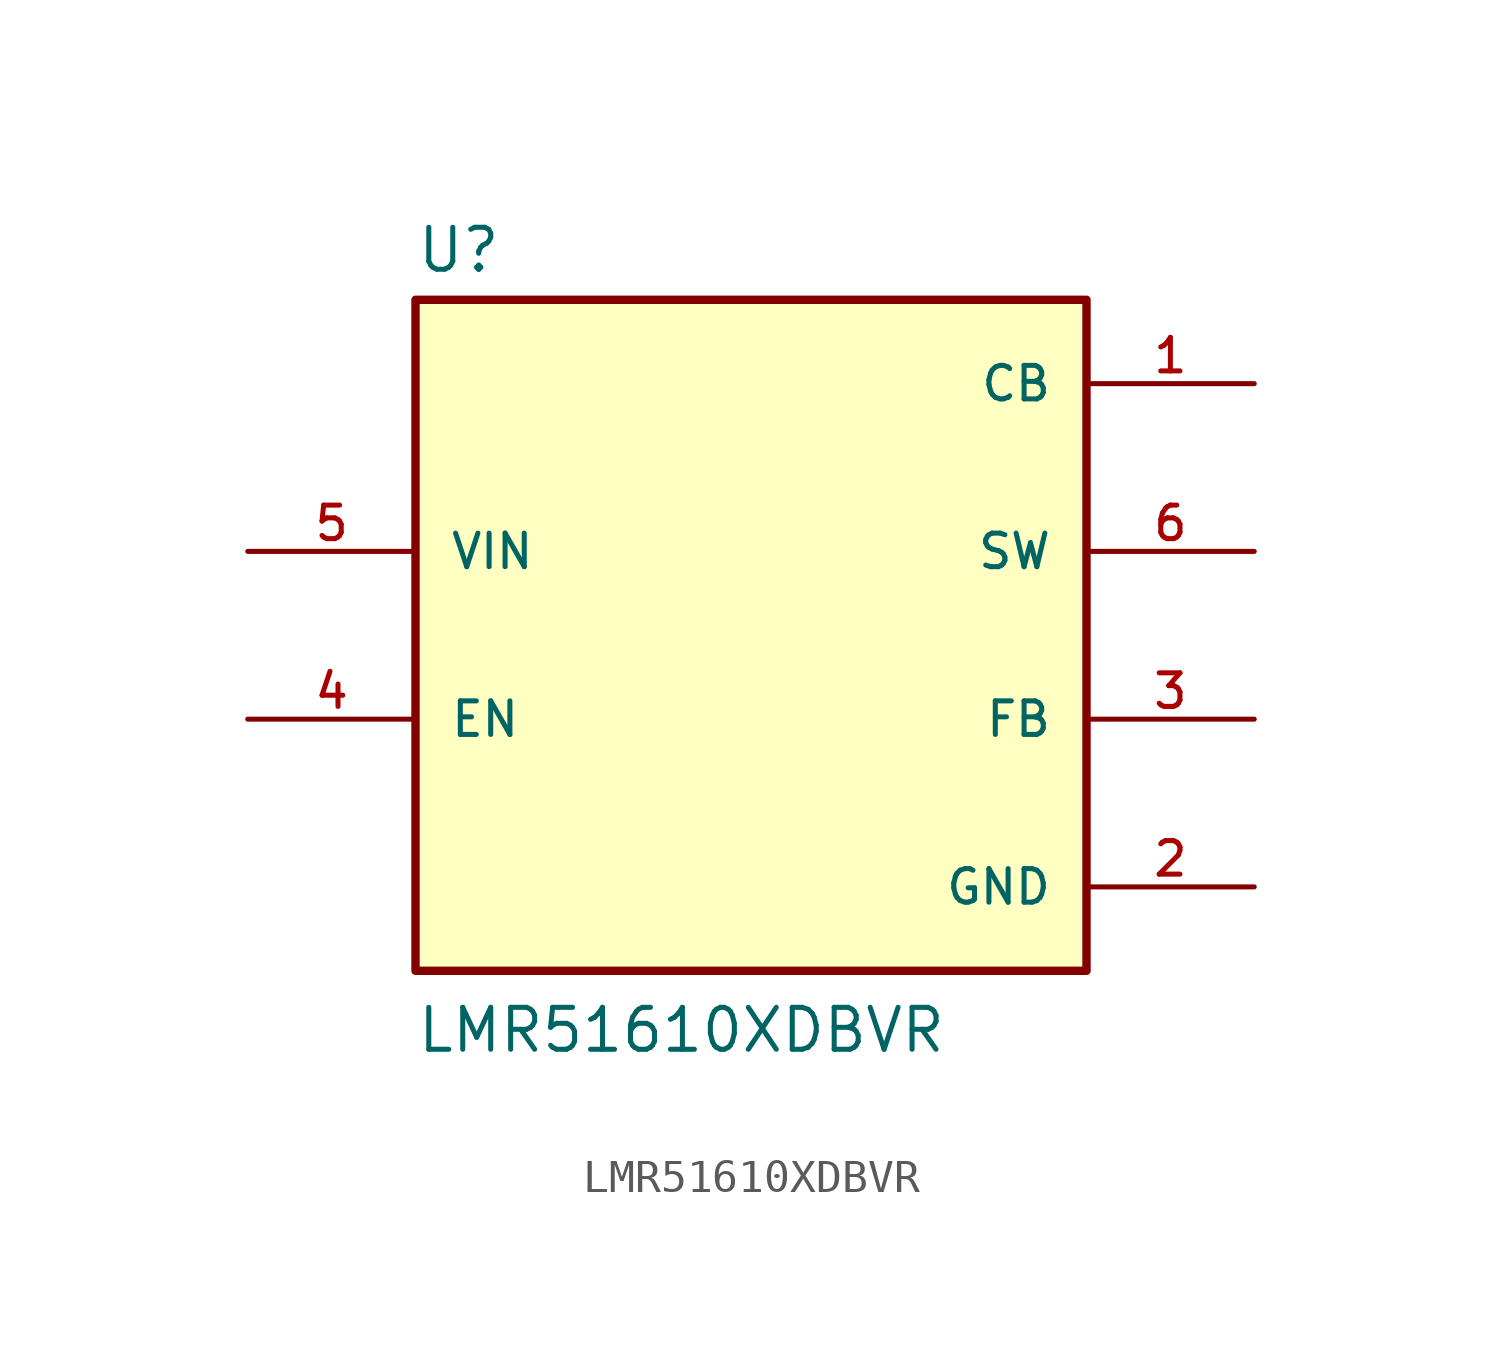
<source format=kicad_sym>
(kicad_symbol_lib
  (version 20211014)
  (generator kicad_symbol_editor)
  (symbol "LMR51610XDBVR"
    (pin_names
      (offset 1.016))
    (property "Reference" "U"
      (at -10.16 10.922 0)
      (effects (font (size 1.27 1.27)) (justify bottom left)))
    (property "Value" "LMR51610XDBVR"
      (at -10.16 -12.7 0)
      (effects (font (size 1.27 1.27)) (justify bottom left)))
    (symbol "LMR51610XDBVR_0_0"
      (rectangle (start -10.16 -10.16) (end 10.16 10.16) (stroke (width 0.254)) (fill (type background)))
      (pin output line (at 15.24 2.54 180.0) (length 5.08) (name "SW" (effects (font (size 1.016 1.016)))) (number "6" (effects (font (size 1.016 1.016)))))
      (pin input line (at 15.24 -2.54 180.0) (length 5.08) (name "FB" (effects (font (size 1.016 1.016)))) (number "3" (effects (font (size 1.016 1.016)))))
      (pin power_in line (at 15.24 -7.62 180.0) (length 5.08) (name "GND" (effects (font (size 1.016 1.016)))) (number "2" (effects (font (size 1.016 1.016)))))
      (pin power_in line (at 15.24 7.62 180.0) (length 5.08) (name "CB" (effects (font (size 1.016 1.016)))) (number "1" (effects (font (size 1.016 1.016)))))
      (pin input line (at -15.24 2.54 0) (length 5.08) (name "VIN" (effects (font (size 1.016 1.016)))) (number "5" (effects (font (size 1.016 1.016)))))
      (pin input line (at -15.24 -2.54 0) (length 5.08) (name "EN" (effects (font (size 1.016 1.016)))) (number "4" (effects (font (size 1.016 1.016))))))))
</source>
